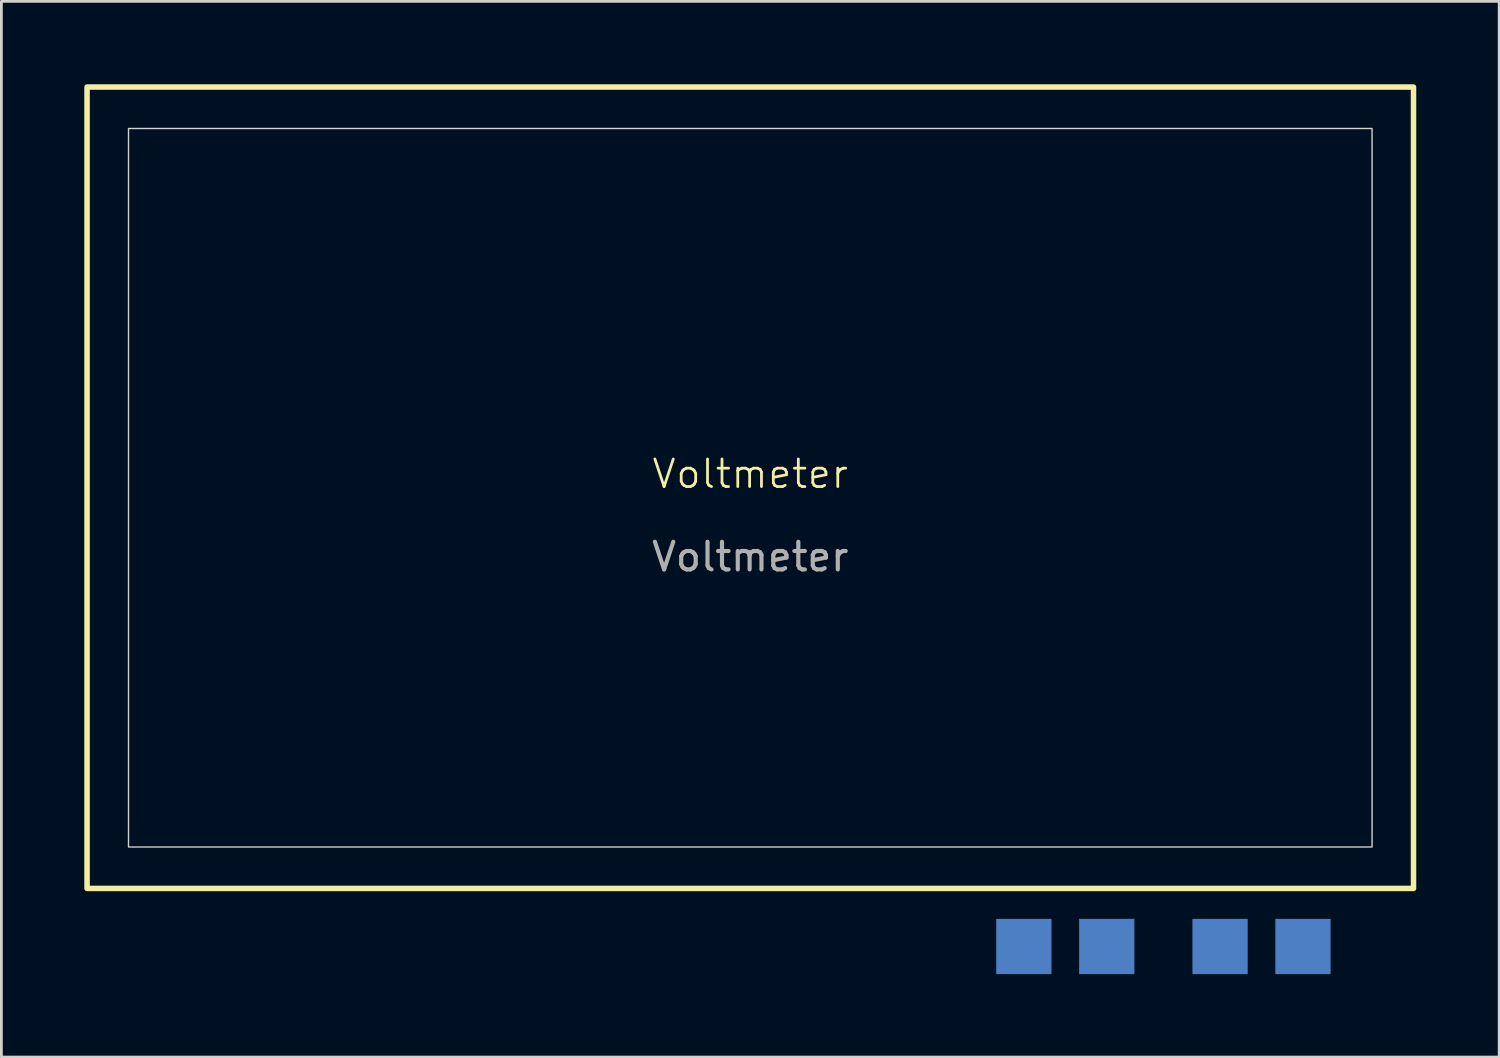
<source format=kicad_pcb>
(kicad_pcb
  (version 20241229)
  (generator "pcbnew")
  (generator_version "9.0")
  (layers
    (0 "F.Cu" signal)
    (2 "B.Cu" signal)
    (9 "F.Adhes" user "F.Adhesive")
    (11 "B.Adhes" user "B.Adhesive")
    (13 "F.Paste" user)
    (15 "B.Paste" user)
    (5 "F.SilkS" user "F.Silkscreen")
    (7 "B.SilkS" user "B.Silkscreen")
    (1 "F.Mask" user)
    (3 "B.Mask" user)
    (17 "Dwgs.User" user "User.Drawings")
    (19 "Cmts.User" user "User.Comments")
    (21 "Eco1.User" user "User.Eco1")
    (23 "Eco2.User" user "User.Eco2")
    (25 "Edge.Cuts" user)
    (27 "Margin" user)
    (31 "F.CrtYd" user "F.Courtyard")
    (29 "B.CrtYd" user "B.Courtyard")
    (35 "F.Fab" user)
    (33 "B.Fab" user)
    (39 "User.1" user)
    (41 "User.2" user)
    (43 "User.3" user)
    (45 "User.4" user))
  (footprint "Voltmeter"
    (layer "F.Cu")
    (at 24.1 14.6)
    (property "Reference" "Voltmeter" (at 0 -0.5 0) (unlocked yes) (layer "F.SilkS") (effects (font (size 1 1) (thickness 0.1))))
    (attr through_hole)
    (fp_rect (start -24 -14.5) (end 24 14.5) (stroke (width 0.2) (type default)) (fill no) (layer "F.SilkS"))
    (fp_rect (start -22.5 -13) (end 22.5 13) (stroke (width 0.05) (type default)) (fill no) (layer "Edge.Cuts"))
    (fp_text user "${REFERENCE}" (at 0 2.5 0) (unlocked yes) (layer "F.Fab") (effects (font (size 1 1) (thickness 0.15))))
    (pad "1" smd rect (at 20 16.6) (size 2 2) (layers "B.Cu" "B.Mask" "B.Paste"))
    (pad "2" smd rect (at 17 16.6) (size 2 2) (layers "B.Cu" "B.Mask" "B.Paste"))
    (pad "3" smd rect (at 12.9 16.6) (size 2 2) (layers "B.Cu" "B.Mask" "B.Paste"))
    (pad "4" smd rect (at 9.9 16.6) (size 2 2) (layers "B.Cu" "B.Mask" "B.Paste")))
  (gr_rect
    (start -3 -3)
    (end 51.2 35.2)
    (stroke (width 0.1) (type default))
    (fill no)
    (layer "Edge.Cuts")))
</source>
